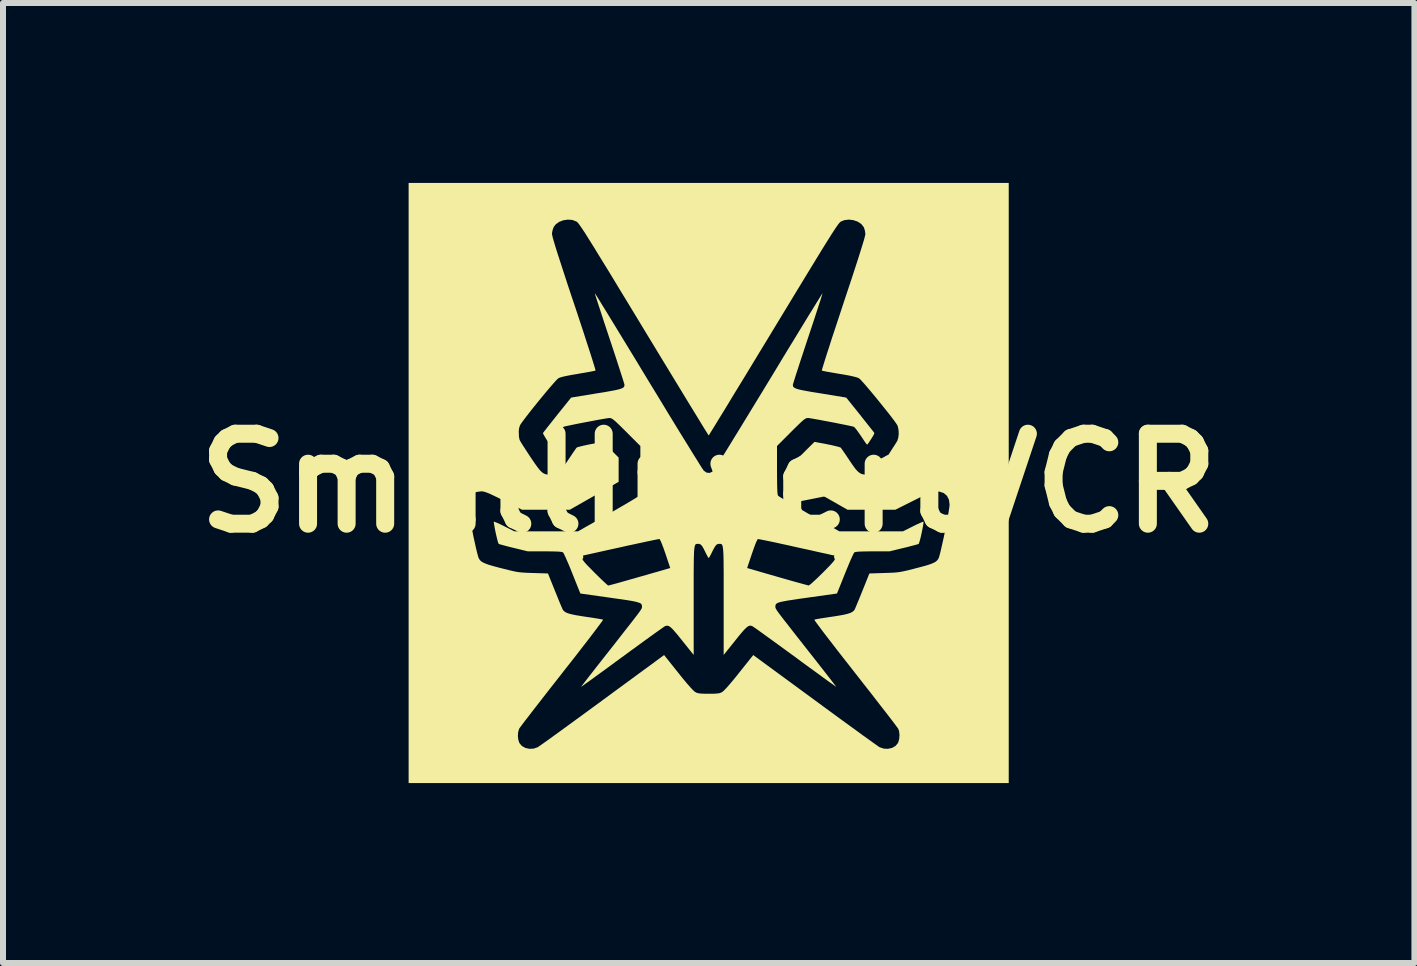
<source format=kicad_pcb>
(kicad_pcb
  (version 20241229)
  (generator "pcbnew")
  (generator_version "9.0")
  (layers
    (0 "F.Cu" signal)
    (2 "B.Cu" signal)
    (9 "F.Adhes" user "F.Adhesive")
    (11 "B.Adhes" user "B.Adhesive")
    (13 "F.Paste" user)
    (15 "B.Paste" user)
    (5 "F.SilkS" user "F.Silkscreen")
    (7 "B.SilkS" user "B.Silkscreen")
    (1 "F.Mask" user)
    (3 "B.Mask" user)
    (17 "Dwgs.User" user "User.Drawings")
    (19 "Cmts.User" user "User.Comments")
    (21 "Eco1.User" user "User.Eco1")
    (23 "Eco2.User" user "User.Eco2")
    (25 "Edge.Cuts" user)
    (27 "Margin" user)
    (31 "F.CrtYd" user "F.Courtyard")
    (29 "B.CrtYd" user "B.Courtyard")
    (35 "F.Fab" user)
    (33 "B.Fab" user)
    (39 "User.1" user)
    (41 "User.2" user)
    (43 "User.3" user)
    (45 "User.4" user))
  (footprint "SmallInvertVCR"
    (layer "F.Cu")
    (at 8.764 5.002)
    (property "Reference" "SmallInvertVCR" (at 0 0 0) (layer "F.SilkS") (effects (font (size 1.5 1.5) (thickness 0.3))))
    (attr board_only exclude_from_pos_files exclude_from_bom)
    (fp_poly (pts (xy 5.002 0) (xy 5.002 5.002) (xy 0 5.002) (xy -5.002 5.002) (xy -5.002 0.357) (xy -4.016 0.357) (xy -4.013 0.393) (xy -4.005 0.45) (xy -3.992 0.525) (xy -3.977 0.613) (xy -3.958 0.709) (xy -3.938 0.809) (xy -3.918 0.909) (xy -3.897 1.004) (xy -3.878 1.09) (xy -3.86 1.163) (xy -3.845 1.218) (xy -3.835 1.251) (xy -3.833 1.254) (xy -3.817 1.28) (xy -3.797 1.302) (xy -3.767 1.322) (xy -3.726 1.341) (xy -3.67 1.362) (xy -3.595 1.384) (xy -3.499 1.41) (xy -3.432 1.427) (xy -3.34 1.45) (xy -3.268 1.467) (xy -3.207 1.48) (xy -3.152 1.488) (xy -3.093 1.493) (xy -3.025 1.497) (xy -2.938 1.5) (xy -2.927 1.5) (xy -2.679 1.508) (xy -2.565 1.792) (xy -2.53 1.877) (xy -2.499 1.955) (xy -2.471 2.022) (xy -2.45 2.072) (xy -2.436 2.103) (xy -2.434 2.109) (xy -2.416 2.132) (xy -2.389 2.153) (xy -2.349 2.171) (xy -2.292 2.187) (xy -2.217 2.203) (xy -2.12 2.219) (xy -2.043 2.231) (xy -1.959 2.243) (xy -1.884 2.255) (xy -1.824 2.265) (xy -1.781 2.273) (xy -1.761 2.278) (xy -1.761 2.279) (xy -1.767 2.291) (xy -1.79 2.323) (xy -1.828 2.374) (xy -1.878 2.441) (xy -1.941 2.524) (xy -2.015 2.621) (xy -2.099 2.729) (xy -2.191 2.848) (xy -2.29 2.975) (xy -2.396 3.109) (xy -2.444 3.171) (xy -2.552 3.309) (xy -2.656 3.441) (xy -2.754 3.567) (xy -2.844 3.683) (xy -2.926 3.788) (xy -2.997 3.881) (xy -3.058 3.959) (xy -3.105 4.022) (xy -3.139 4.067) (xy -3.157 4.092) (xy -3.16 4.097) (xy -3.176 4.151) (xy -3.181 4.217) (xy -3.173 4.284) (xy -3.156 4.334) (xy -3.115 4.383) (xy -3.057 4.416) (xy -2.989 4.431) (xy -2.918 4.428) (xy -2.851 4.405) (xy -2.833 4.393) (xy -2.794 4.366) (xy -2.735 4.324) (xy -2.659 4.27) (xy -2.568 4.204) (xy -2.463 4.128) (xy -2.345 4.042) (xy -2.216 3.948) (xy -2.079 3.848) (xy -1.934 3.742) (xy -1.783 3.632) (xy -1.772 3.623) (xy -0.743 2.868) (xy -0.51 3.16) (xy -0.434 3.255) (xy -0.366 3.337) (xy -0.309 3.402) (xy -0.264 3.45) (xy -0.233 3.478) (xy -0.227 3.483) (xy -0.202 3.496) (xy -0.176 3.504) (xy -0.141 3.509) (xy -0.093 3.512) (xy -0.024 3.513) (xy 0 3.513) (xy 0.075 3.513) (xy 0.129 3.51) (xy 0.167 3.506) (xy 0.195 3.499) (xy 0.22 3.487) (xy 0.227 3.483) (xy 0.252 3.462) (xy 0.293 3.42) (xy 0.346 3.36) (xy 0.41 3.284) (xy 0.484 3.193) (xy 0.51 3.16) (xy 0.743 2.868) (xy 1.772 3.623) (xy 1.923 3.734) (xy 2.068 3.84) (xy 2.206 3.941) (xy 2.335 4.035) (xy 2.454 4.121) (xy 2.56 4.199) (xy 2.653 4.265) (xy 2.73 4.321) (xy 2.79 4.363) (xy 2.83 4.392) (xy 2.851 4.405) (xy 2.851 4.405) (xy 2.919 4.428) (xy 2.99 4.431) (xy 3.057 4.416) (xy 3.115 4.383) (xy 3.155 4.335) (xy 3.158 4.329) (xy 3.176 4.27) (xy 3.181 4.201) (xy 3.174 4.136) (xy 3.16 4.097) (xy 3.148 4.08) (xy 3.12 4.042) (xy 3.078 3.986) (xy 3.023 3.914) (xy 2.955 3.826) (xy 2.877 3.726) (xy 2.79 3.614) (xy 2.696 3.492) (xy 2.594 3.363) (xy 2.488 3.227) (xy 2.444 3.171) (xy 2.337 3.034) (xy 2.235 2.904) (xy 2.139 2.781) (xy 2.052 2.668) (xy 1.973 2.566) (xy 1.905 2.477) (xy 1.849 2.402) (xy 1.805 2.343) (xy 1.776 2.303) (xy 1.762 2.281) (xy 1.761 2.279) (xy 1.777 2.274) (xy 1.817 2.266) (xy 1.875 2.256) (xy 1.948 2.245) (xy 2.031 2.232) (xy 2.043 2.231) (xy 2.156 2.213) (xy 2.246 2.197) (xy 2.314 2.181) (xy 2.364 2.165) (xy 2.399 2.146) (xy 2.423 2.125) (xy 2.434 2.109) (xy 2.444 2.087) (xy 2.462 2.043) (xy 2.487 1.983) (xy 2.518 1.909) (xy 2.551 1.826) (xy 2.565 1.792) (xy 2.679 1.508) (xy 2.927 1.5) (xy 3.016 1.497) (xy 3.086 1.494) (xy 3.145 1.489) (xy 3.201 1.481) (xy 3.26 1.469) (xy 3.331 1.453) (xy 3.42 1.43) (xy 3.432 1.427) (xy 3.543 1.398) (xy 3.63 1.374) (xy 3.696 1.353) (xy 3.745 1.333) (xy 3.781 1.314) (xy 3.806 1.293) (xy 3.824 1.27) (xy 3.833 1.254) (xy 3.843 1.226) (xy 3.857 1.175) (xy 3.874 1.105) (xy 3.893 1.02) (xy 3.914 0.927) (xy 3.935 0.827) (xy 3.955 0.727) (xy 3.973 0.63) (xy 3.99 0.54) (xy 4.003 0.463) (xy 4.012 0.403) (xy 4.016 0.363) (xy 4.016 0.358) (xy 4.005 0.277) (xy 3.972 0.213) (xy 3.92 0.168) (xy 3.849 0.144) (xy 3.794 0.139) (xy 3.769 0.14) (xy 3.742 0.145) (xy 3.71 0.155) (xy 3.669 0.171) (xy 3.615 0.196) (xy 3.544 0.229) (xy 3.454 0.274) (xy 3.418 0.292) (xy 3.113 0.445) (xy 2.713 0.445) (xy 2.314 0.445) (xy 1.907 0.213) (xy 1.501 -0.02) (xy 1.501 -0.222) (xy 1.501 -0.424) (xy 1.632 -0.555) (xy 1.764 -0.686) (xy 1.975 -0.646) (xy 2.049 -0.631) (xy 2.113 -0.616) (xy 2.164 -0.603) (xy 2.194 -0.593) (xy 2.201 -0.59) (xy 2.213 -0.574) (xy 2.238 -0.538) (xy 2.273 -0.488) (xy 2.314 -0.427) (xy 2.345 -0.38) (xy 2.401 -0.298) (xy 2.446 -0.236) (xy 2.485 -0.193) (xy 2.52 -0.165) (xy 2.556 -0.148) (xy 2.597 -0.141) (xy 2.64 -0.139) (xy 2.683 -0.14) (xy 2.72 -0.147) (xy 2.753 -0.161) (xy 2.786 -0.185) (xy 2.822 -0.223) (xy 2.863 -0.276) (xy 2.913 -0.348) (xy 2.964 -0.423) (xy 3.014 -0.498) (xy 3.059 -0.568) (xy 3.098 -0.628) (xy 3.127 -0.674) (xy 3.144 -0.703) (xy 3.145 -0.705) (xy 3.161 -0.755) (xy 3.168 -0.819) (xy 3.165 -0.886) (xy 3.153 -0.943) (xy 3.146 -0.961) (xy 3.128 -0.99) (xy 3.095 -1.036) (xy 3.05 -1.096) (xy 2.996 -1.166) (xy 2.934 -1.243) (xy 2.869 -1.324) (xy 2.802 -1.407) (xy 2.736 -1.487) (xy 2.673 -1.562) (xy 2.617 -1.628) (xy 2.569 -1.682) (xy 2.532 -1.722) (xy 2.51 -1.743) (xy 2.507 -1.745) (xy 2.476 -1.759) (xy 2.425 -1.773) (xy 2.354 -1.789) (xy 2.258 -1.807) (xy 2.177 -1.82) (xy 2.092 -1.835) (xy 2.016 -1.848) (xy 1.954 -1.859) (xy 1.91 -1.868) (xy 1.888 -1.874) (xy 1.886 -1.875) (xy 1.889 -1.889) (xy 1.9 -1.928) (xy 1.919 -1.989) (xy 1.944 -2.07) (xy 1.976 -2.171) (xy 2.014 -2.287) (xy 2.056 -2.419) (xy 2.104 -2.563) (xy 2.155 -2.718) (xy 2.209 -2.881) (xy 2.244 -2.988) (xy 2.319 -3.214) (xy 2.386 -3.415) (xy 2.443 -3.59) (xy 2.492 -3.741) (xy 2.532 -3.868) (xy 2.564 -3.971) (xy 2.588 -4.05) (xy 2.603 -4.107) (xy 2.611 -4.142) (xy 2.612 -4.152) (xy 2.605 -4.204) (xy 2.589 -4.257) (xy 2.584 -4.267) (xy 2.543 -4.319) (xy 2.483 -4.358) (xy 2.412 -4.382) (xy 2.336 -4.391) (xy 2.261 -4.382) (xy 2.204 -4.359) (xy 2.196 -4.353) (xy 2.185 -4.343) (xy 2.173 -4.329) (xy 2.156 -4.308) (xy 2.136 -4.279) (xy 2.111 -4.243) (xy 2.081 -4.197) (xy 2.044 -4.14) (xy 2.001 -4.071) (xy 1.95 -3.99) (xy 1.891 -3.895) (xy 1.823 -3.784) (xy 1.746 -3.658) (xy 1.658 -3.514) (xy 1.559 -3.351) (xy 1.448 -3.169) (xy 1.325 -2.966) (xy 1.189 -2.742) (xy 1.079 -2.561) (xy 0.956 -2.358) (xy 0.836 -2.161) (xy 0.722 -1.973) (xy 0.613 -1.793) (xy 0.51 -1.625) (xy 0.414 -1.468) (xy 0.327 -1.324) (xy 0.248 -1.194) (xy 0.178 -1.081) (xy 0.119 -0.984) (xy 0.071 -0.906) (xy 0.034 -0.847) (xy 0.011 -0.809) (xy 0.000341 -0.793) (xy 0 -0.793) (xy -0.008 -0.805) (xy -0.029 -0.839) (xy -0.064 -0.894) (xy -0.11 -0.969) (xy -0.167 -1.063) (xy -0.235 -1.174) (xy -0.313 -1.301) (xy -0.399 -1.442) (xy -0.493 -1.597) (xy -0.595 -1.764) (xy -0.703 -1.942) (xy -0.817 -2.129) (xy -0.935 -2.324) (xy -1.058 -2.526) (xy -1.079 -2.561) (xy -1.225 -2.802) (xy -1.358 -3.021) (xy -1.478 -3.218) (xy -1.585 -3.395) (xy -1.681 -3.553) (xy -1.767 -3.692) (xy -1.842 -3.814) (xy -1.907 -3.921) (xy -1.964 -4.012) (xy -2.013 -4.09) (xy -2.054 -4.156) (xy -2.089 -4.209) (xy -2.118 -4.253) (xy -2.142 -4.287) (xy -2.161 -4.314) (xy -2.176 -4.333) (xy -2.188 -4.346) (xy -2.198 -4.355) (xy -2.204 -4.359) (xy -2.272 -4.385) (xy -2.347 -4.391) (xy -2.423 -4.38) (xy -2.493 -4.353) (xy -2.55 -4.312) (xy -2.584 -4.267) (xy -2.602 -4.217) (xy -2.612 -4.163) (xy -2.612 -4.152) (xy -2.608 -4.128) (xy -2.597 -4.082) (xy -2.577 -4.014) (xy -2.55 -3.923) (xy -2.514 -3.809) (xy -2.469 -3.671) (xy -2.416 -3.508) (xy -2.355 -3.32) (xy -2.284 -3.107) (xy -2.244 -2.988) (xy -2.188 -2.82) (xy -2.135 -2.659) (xy -2.085 -2.508) (xy -2.04 -2.368) (xy -1.999 -2.242) (xy -1.963 -2.131) (xy -1.934 -2.038) (xy -1.911 -1.964) (xy -1.895 -1.911) (xy -1.887 -1.881) (xy -1.886 -1.875) (xy -1.903 -1.87) (xy -1.942 -1.862) (xy -2 -1.851) (xy -2.073 -1.838) (xy -2.157 -1.824) (xy -2.177 -1.82) (xy -2.29 -1.801) (xy -2.378 -1.784) (xy -2.443 -1.769) (xy -2.487 -1.755) (xy -2.507 -1.745) (xy -2.526 -1.728) (xy -2.56 -1.692) (xy -2.605 -1.641) (xy -2.66 -1.577) (xy -2.722 -1.504) (xy -2.788 -1.424) (xy -2.855 -1.342) (xy -2.921 -1.26) (xy -2.983 -1.182) (xy -3.039 -1.11) (xy -3.086 -1.048) (xy -3.122 -0.999) (xy -3.143 -0.966) (xy -3.146 -0.961) (xy -3.161 -0.912) (xy -3.168 -0.847) (xy -3.165 -0.781) (xy -3.153 -0.723) (xy -3.145 -0.705) (xy -3.131 -0.681) (xy -3.104 -0.637) (xy -3.066 -0.579) (xy -3.022 -0.511) (xy -2.973 -0.436) (xy -2.964 -0.423) (xy -2.904 -0.334) (xy -2.855 -0.266) (xy -2.815 -0.215) (xy -2.78 -0.18) (xy -2.747 -0.158) (xy -2.714 -0.145) (xy -2.676 -0.14) (xy -2.64 -0.139) (xy -2.593 -0.141) (xy -2.553 -0.149) (xy -2.517 -0.167) (xy -2.481 -0.197) (xy -2.442 -0.242) (xy -2.396 -0.305) (xy -2.345 -0.38) (xy -2.301 -0.446) (xy -2.262 -0.504) (xy -2.23 -0.55) (xy -2.209 -0.58) (xy -2.201 -0.59) (xy -2.183 -0.598) (xy -2.142 -0.609) (xy -2.084 -0.623) (xy -2.015 -0.638) (xy -1.975 -0.646) (xy -1.764 -0.686) (xy -1.632 -0.555) (xy -1.501 -0.424) (xy -1.501 -0.222) (xy -1.501 -0.02) (xy -1.907 0.213) (xy -2.314 0.445) (xy -2.713 0.445) (xy -3.113 0.445) (xy -3.418 0.292) (xy -3.516 0.243) (xy -3.593 0.206) (xy -3.652 0.178) (xy -3.698 0.16) (xy -3.733 0.148) (xy -3.761 0.141) (xy -3.786 0.139) (xy -3.793 0.139) (xy -3.875 0.15) (xy -3.94 0.182) (xy -3.986 0.233) (xy -4.011 0.303) (xy -4.016 0.357) (xy -5.002 0.357) (xy -5.002 0) (xy -5.002 -5.002) (xy 0 -5.002) (xy 5.002 -5.002)) (stroke (width 0) (type solid)) (fill yes) (layer "F.SilkS"))
    (fp_poly (pts (xy 1.895 -3.151) (xy 1.883 -3.113) (xy 1.865 -3.053) (xy 1.839 -2.975) (xy 1.808 -2.879) (xy 1.772 -2.769) (xy 1.732 -2.647) (xy 1.688 -2.515) (xy 1.653 -2.41) (xy 1.607 -2.271) (xy 1.564 -2.14) (xy 1.524 -2.019) (xy 1.489 -1.91) (xy 1.458 -1.816) (xy 1.434 -1.739) (xy 1.416 -1.682) (xy 1.406 -1.647) (xy 1.403 -1.636) (xy 1.405 -1.618) (xy 1.412 -1.602) (xy 1.427 -1.589) (xy 1.452 -1.576) (xy 1.491 -1.563) (xy 1.545 -1.55) (xy 1.618 -1.536) (xy 1.712 -1.519) (xy 1.831 -1.5) (xy 1.874 -1.493) (xy 2.293 -1.424) (xy 2.526 -1.134) (xy 2.587 -1.056) (xy 2.643 -0.986) (xy 2.691 -0.925) (xy 2.729 -0.878) (xy 2.753 -0.846) (xy 2.762 -0.833) (xy 2.757 -0.817) (xy 2.741 -0.786) (xy 2.717 -0.747) (xy 2.69 -0.706) (xy 2.666 -0.669) (xy 2.647 -0.645) (xy 2.64 -0.64) (xy 2.63 -0.651) (xy 2.608 -0.68) (xy 2.578 -0.725) (xy 2.542 -0.779) (xy 2.538 -0.785) (xy 2.499 -0.841) (xy 2.465 -0.888) (xy 2.437 -0.922) (xy 2.42 -0.937) (xy 2.42 -0.937) (xy 2.391 -0.945) (xy 2.34 -0.956) (xy 2.273 -0.97) (xy 2.192 -0.986) (xy 2.104 -1.004) (xy 2.013 -1.021) (xy 1.923 -1.038) (xy 1.839 -1.054) (xy 1.765 -1.067) (xy 1.707 -1.077) (xy 1.667 -1.083) (xy 1.655 -1.084) (xy 1.638 -1.082) (xy 1.62 -1.077) (xy 1.599 -1.064) (xy 1.571 -1.043) (xy 1.535 -1.01) (xy 1.486 -0.963) (xy 1.423 -0.901) (xy 1.373 -0.851) (xy 1.139 -0.617) (xy 1.139 -0.214) (xy 1.14 -0.088) (xy 1.141 0.013) (xy 1.143 0.09) (xy 1.145 0.147) (xy 1.149 0.185) (xy 1.154 0.206) (xy 1.157 0.211) (xy 1.172 0.223) (xy 1.209 0.246) (xy 1.265 0.281) (xy 1.338 0.324) (xy 1.424 0.374) (xy 1.521 0.43) (xy 1.626 0.491) (xy 1.676 0.52) (xy 2.179 0.806) (xy 2.708 0.806) (xy 3.238 0.806) (xy 3.406 0.722) (xy 3.468 0.691) (xy 3.521 0.667) (xy 3.559 0.65) (xy 3.579 0.644) (xy 3.581 0.644) (xy 3.581 0.66) (xy 3.576 0.698) (xy 3.567 0.749) (xy 3.555 0.809) (xy 3.542 0.871) (xy 3.528 0.929) (xy 3.515 0.976) (xy 3.505 1.007) (xy 3.5 1.015) (xy 3.482 1.022) (xy 3.442 1.033) (xy 3.384 1.048) (xy 3.313 1.067) (xy 3.25 1.082) (xy 3.016 1.139) (xy 2.733 1.139) (xy 2.627 1.14) (xy 2.545 1.142) (xy 2.487 1.145) (xy 2.449 1.15) (xy 2.429 1.156) (xy 2.428 1.157) (xy 2.417 1.174) (xy 2.398 1.213) (xy 2.371 1.272) (xy 2.34 1.345) (xy 2.305 1.429) (xy 2.273 1.508) (xy 2.139 1.842) (xy 1.65 1.911) (xy 1.514 1.93) (xy 1.403 1.947) (xy 1.315 1.96) (xy 1.246 1.973) (xy 1.195 1.984) (xy 1.159 1.995) (xy 1.135 2.007) (xy 1.121 2.02) (xy 1.114 2.035) (xy 1.112 2.053) (xy 1.112 2.063) (xy 1.112 2.07) (xy 1.113 2.079) (xy 1.117 2.089) (xy 1.124 2.102) (xy 1.135 2.121) (xy 1.153 2.147) (xy 1.178 2.181) (xy 1.211 2.225) (xy 1.254 2.281) (xy 1.308 2.349) (xy 1.373 2.433) (xy 1.452 2.534) (xy 1.545 2.652) (xy 1.653 2.79) (xy 1.691 2.838) (xy 1.776 2.946) (xy 1.855 3.047) (xy 1.927 3.139) (xy 1.991 3.221) (xy 2.044 3.289) (xy 2.085 3.343) (xy 2.113 3.379) (xy 2.125 3.396) (xy 2.126 3.397) (xy 2.115 3.39) (xy 2.084 3.368) (xy 2.034 3.333) (xy 1.967 3.285) (xy 1.886 3.226) (xy 1.792 3.157) (xy 1.687 3.081) (xy 1.573 2.998) (xy 1.453 2.909) (xy 1.444 2.902) (xy 1.321 2.813) (xy 1.205 2.728) (xy 1.096 2.649) (xy 0.998 2.578) (xy 0.912 2.516) (xy 0.84 2.464) (xy 0.784 2.424) (xy 0.746 2.398) (xy 0.729 2.387) (xy 0.729 2.387) (xy 0.706 2.379) (xy 0.683 2.378) (xy 0.658 2.388) (xy 0.63 2.409) (xy 0.594 2.444) (xy 0.548 2.496) (xy 0.49 2.566) (xy 0.441 2.628) (xy 0.25 2.866) (xy 0.25 1.962) (xy 0.25 1.777) (xy 0.25 1.617) (xy 0.25 1.482) (xy 0.249 1.417) (xy 0.641 1.417) (xy 0.72 1.44) (xy 0.878 1.486) (xy 1.027 1.529) (xy 1.166 1.569) (xy 1.293 1.605) (xy 1.404 1.637) (xy 1.499 1.663) (xy 1.575 1.684) (xy 1.63 1.699) (xy 1.661 1.707) (xy 1.668 1.708) (xy 1.683 1.699) (xy 1.715 1.673) (xy 1.76 1.632) (xy 1.815 1.581) (xy 1.877 1.52) (xy 1.903 1.495) (xy 1.974 1.423) (xy 2.027 1.368) (xy 2.064 1.327) (xy 2.088 1.298) (xy 2.1 1.279) (xy 2.103 1.266) (xy 2.099 1.259) (xy 2.089 1.235) (xy 2.091 1.223) (xy 2.096 1.21) (xy 2.095 1.209) (xy 2.081 1.206) (xy 2.042 1.198) (xy 1.982 1.184) (xy 1.903 1.167) (xy 1.807 1.146) (xy 1.698 1.121) (xy 1.578 1.095) (xy 1.465 1.07) (xy 1.337 1.041) (xy 1.217 1.015) (xy 1.108 0.991) (xy 1.012 0.971) (xy 0.933 0.955) (xy 0.873 0.943) (xy 0.834 0.936) (xy 0.821 0.934) (xy 0.809 0.949) (xy 0.791 0.987) (xy 0.767 1.048) (xy 0.739 1.127) (xy 0.721 1.178) (xy 0.641 1.417) (xy 0.249 1.417) (xy 0.249 1.368) (xy 0.248 1.275) (xy 0.246 1.199) (xy 0.243 1.14) (xy 0.239 1.095) (xy 0.234 1.062) (xy 0.228 1.039) (xy 0.22 1.025) (xy 0.211 1.018) (xy 0.2 1.015) (xy 0.187 1.014) (xy 0.174 1.014) (xy 0.149 1.018) (xy 0.127 1.031) (xy 0.106 1.058) (xy 0.08 1.103) (xy 0.056 1.151) (xy 0.033 1.198) (xy 0.014 1.232) (xy 0.002 1.25) (xy 0 1.251) (xy -0.01 1.239) (xy -0.027 1.208) (xy -0.05 1.164) (xy -0.056 1.151) (xy -0.087 1.089) (xy -0.111 1.049) (xy -0.133 1.026) (xy -0.155 1.016) (xy -0.174 1.014) (xy -0.189 1.014) (xy -0.201 1.015) (xy -0.212 1.019) (xy -0.222 1.027) (xy -0.229 1.042) (xy -0.235 1.066) (xy -0.24 1.101) (xy -0.244 1.148) (xy -0.246 1.209) (xy -0.248 1.287) (xy -0.249 1.384) (xy -0.25 1.5) (xy -0.25 1.639) (xy -0.25 1.803) (xy -0.25 1.962) (xy -0.25 2.866) (xy -0.441 2.628) (xy -0.509 2.543) (xy -0.563 2.479) (xy -0.605 2.432) (xy -0.639 2.401) (xy -0.666 2.384) (xy -0.69 2.378) (xy -0.712 2.381) (xy -0.729 2.387) (xy -0.746 2.398) (xy -0.783 2.424) (xy -0.838 2.463) (xy -0.91 2.514) (xy -0.996 2.576) (xy -1.094 2.647) (xy -1.202 2.726) (xy -1.318 2.81) (xy -1.44 2.9) (xy -1.444 2.902) (xy -1.565 2.991) (xy -1.679 3.075) (xy -1.785 3.152) (xy -1.88 3.221) (xy -1.962 3.281) (xy -2.03 3.329) (xy -2.081 3.366) (xy -2.113 3.389) (xy -2.126 3.397) (xy -2.126 3.397) (xy -2.118 3.385) (xy -2.094 3.354) (xy -2.056 3.305) (xy -2.006 3.24) (xy -1.945 3.162) (xy -1.875 3.072) (xy -1.797 2.973) (xy -1.714 2.867) (xy -1.691 2.838) (xy -1.577 2.694) (xy -1.48 2.569) (xy -1.397 2.463) (xy -1.327 2.374) (xy -1.27 2.301) (xy -1.224 2.241) (xy -1.188 2.194) (xy -1.16 2.157) (xy -1.14 2.128) (xy -1.127 2.108) (xy -1.118 2.092) (xy -1.114 2.081) (xy -1.112 2.073) (xy -1.112 2.065) (xy -1.112 2.063) (xy -1.113 2.043) (xy -1.117 2.027) (xy -1.127 2.013) (xy -1.146 2.001) (xy -1.177 1.99) (xy -1.22 1.978) (xy -1.28 1.966) (xy -1.359 1.953) (xy -1.459 1.938) (xy -1.583 1.921) (xy -1.65 1.911) (xy -2.139 1.842) (xy -2.273 1.508) (xy -2.309 1.417) (xy -2.344 1.334) (xy -2.373 1.269) (xy -2.103 1.269) (xy -2.098 1.283) (xy -2.083 1.304) (xy -2.057 1.336) (xy -2.016 1.38) (xy -1.958 1.438) (xy -1.903 1.495) (xy -1.839 1.557) (xy -1.782 1.613) (xy -1.734 1.658) (xy -1.698 1.691) (xy -1.678 1.707) (xy -1.674 1.709) (xy -1.658 1.705) (xy -1.618 1.695) (xy -1.558 1.679) (xy -1.482 1.658) (xy -1.392 1.632) (xy -1.292 1.604) (xy -1.243 1.59) (xy -1.135 1.559) (xy -1.032 1.53) (xy -0.936 1.502) (xy -0.854 1.479) (xy -0.788 1.46) (xy -0.743 1.447) (xy -0.734 1.444) (xy -0.641 1.417) (xy -0.721 1.177) (xy -0.752 1.089) (xy -0.779 1.018) (xy -0.8 0.967) (xy -0.816 0.939) (xy -0.821 0.934) (xy -0.838 0.936) (xy -0.88 0.944) (xy -0.943 0.957) (xy -1.025 0.974) (xy -1.122 0.995) (xy -1.233 1.019) (xy -1.355 1.045) (xy -1.465 1.07) (xy -1.593 1.098) (xy -1.712 1.124) (xy -1.819 1.148) (xy -1.913 1.169) (xy -1.99 1.186) (xy -2.048 1.199) (xy -2.084 1.207) (xy -2.095 1.209) (xy -2.094 1.218) (xy -2.091 1.223) (xy -2.091 1.245) (xy -2.099 1.259) (xy -2.103 1.269) (xy -2.373 1.269) (xy -2.375 1.263) (xy -2.401 1.207) (xy -2.419 1.17) (xy -2.428 1.157) (xy -2.446 1.15) (xy -2.482 1.145) (xy -2.538 1.142) (xy -2.617 1.14) (xy -2.721 1.139) (xy -2.733 1.139) (xy -3.016 1.139) (xy -3.25 1.082) (xy -3.328 1.063) (xy -3.396 1.045) (xy -3.451 1.03) (xy -3.487 1.02) (xy -3.5 1.015) (xy -3.508 0.999) (xy -3.519 0.963) (xy -3.532 0.911) (xy -3.546 0.852) (xy -3.559 0.79) (xy -3.57 0.732) (xy -3.578 0.684) (xy -3.582 0.653) (xy -3.581 0.644) (xy -3.566 0.648) (xy -3.532 0.662) (xy -3.483 0.684) (xy -3.423 0.713) (xy -3.406 0.722) (xy -3.238 0.806) (xy -2.708 0.806) (xy -2.179 0.806) (xy -1.676 0.52) (xy -1.568 0.458) (xy -1.467 0.399) (xy -1.375 0.346) (xy -1.297 0.299) (xy -1.233 0.261) (xy -1.187 0.232) (xy -1.161 0.215) (xy -1.157 0.211) (xy -1.151 0.197) (xy -1.147 0.167) (xy -1.144 0.12) (xy -1.142 0.052) (xy -1.14 -0.037) (xy -1.139 -0.151) (xy -1.139 -0.214) (xy -1.139 -0.617) (xy -1.373 -0.851) (xy -1.447 -0.925) (xy -1.505 -0.981) (xy -1.549 -1.023) (xy -1.582 -1.051) (xy -1.607 -1.069) (xy -1.627 -1.079) (xy -1.644 -1.083) (xy -1.655 -1.084) (xy -1.678 -1.081) (xy -1.725 -1.074) (xy -1.789 -1.063) (xy -1.867 -1.049) (xy -1.954 -1.032) (xy -2.045 -1.015) (xy -2.135 -0.998) (xy -2.221 -0.981) (xy -2.297 -0.965) (xy -2.36 -0.952) (xy -2.403 -0.942) (xy -2.42 -0.937) (xy -2.436 -0.923) (xy -2.463 -0.891) (xy -2.497 -0.844) (xy -2.535 -0.788) (xy -2.538 -0.785) (xy -2.574 -0.73) (xy -2.606 -0.684) (xy -2.629 -0.653) (xy -2.64 -0.64) (xy -2.64 -0.64) (xy -2.651 -0.651) (xy -2.672 -0.679) (xy -2.698 -0.717) (xy -2.724 -0.759) (xy -2.746 -0.796) (xy -2.76 -0.824) (xy -2.762 -0.833) (xy -2.753 -0.846) (xy -2.728 -0.878) (xy -2.691 -0.926) (xy -2.643 -0.986) (xy -2.587 -1.057) (xy -2.526 -1.134) (xy -2.293 -1.424) (xy -1.874 -1.493) (xy -1.747 -1.513) (xy -1.646 -1.531) (xy -1.566 -1.546) (xy -1.506 -1.559) (xy -1.463 -1.572) (xy -1.434 -1.584) (xy -1.416 -1.598) (xy -1.407 -1.613) (xy -1.404 -1.63) (xy -1.403 -1.636) (xy -1.408 -1.654) (xy -1.42 -1.695) (xy -1.44 -1.758) (xy -1.466 -1.839) (xy -1.498 -1.938) (xy -1.534 -2.05) (xy -1.575 -2.175) (xy -1.619 -2.308) (xy -1.653 -2.41) (xy -1.699 -2.548) (xy -1.742 -2.678) (xy -1.781 -2.797) (xy -1.816 -2.904) (xy -1.846 -2.996) (xy -1.87 -3.07) (xy -1.887 -3.124) (xy -1.896 -3.156) (xy -1.898 -3.164) (xy -1.89 -3.153) (xy -1.869 -3.12) (xy -1.835 -3.066) (xy -1.79 -2.992) (xy -1.733 -2.9) (xy -1.667 -2.792) (xy -1.591 -2.668) (xy -1.507 -2.53) (xy -1.416 -2.381) (xy -1.318 -2.22) (xy -1.214 -2.05) (xy -1.106 -1.871) (xy -1.006 -1.706) (xy -0.893 -1.521) (xy -0.784 -1.342) (xy -0.68 -1.17) (xy -0.581 -1.008) (xy -0.488 -0.856) (xy -0.402 -0.717) (xy -0.324 -0.591) (xy -0.256 -0.48) (xy -0.197 -0.386) (xy -0.15 -0.31) (xy -0.114 -0.253) (xy -0.09 -0.218) (xy -0.081 -0.205) (xy -0.034 -0.173) (xy 0.016 -0.168) (xy 0.064 -0.19) (xy 0.081 -0.205) (xy 0.093 -0.222) (xy 0.118 -0.26) (xy 0.156 -0.32) (xy 0.205 -0.399) (xy 0.266 -0.496) (xy 0.336 -0.609) (xy 0.414 -0.737) (xy 0.501 -0.878) (xy 0.595 -1.032) (xy 0.695 -1.196) (xy 0.8 -1.368) (xy 0.91 -1.548) (xy 1.006 -1.706) (xy 1.118 -1.89) (xy 1.225 -2.068) (xy 1.328 -2.237) (xy 1.426 -2.397) (xy 1.516 -2.545) (xy 1.599 -2.681) (xy 1.674 -2.804) (xy 1.74 -2.91) (xy 1.795 -3) (xy 1.84 -3.072) (xy 1.872 -3.124) (xy 1.892 -3.155) (xy 1.898 -3.164)) (stroke (width 0) (type solid)) (fill yes) (layer "F.SilkS")))
  (gr_rect
    (start -3 -3)
    (end 20.529 13.004)
    (stroke (width 0.1) (type default))
    (fill no)
    (layer "Edge.Cuts")))
</source>
